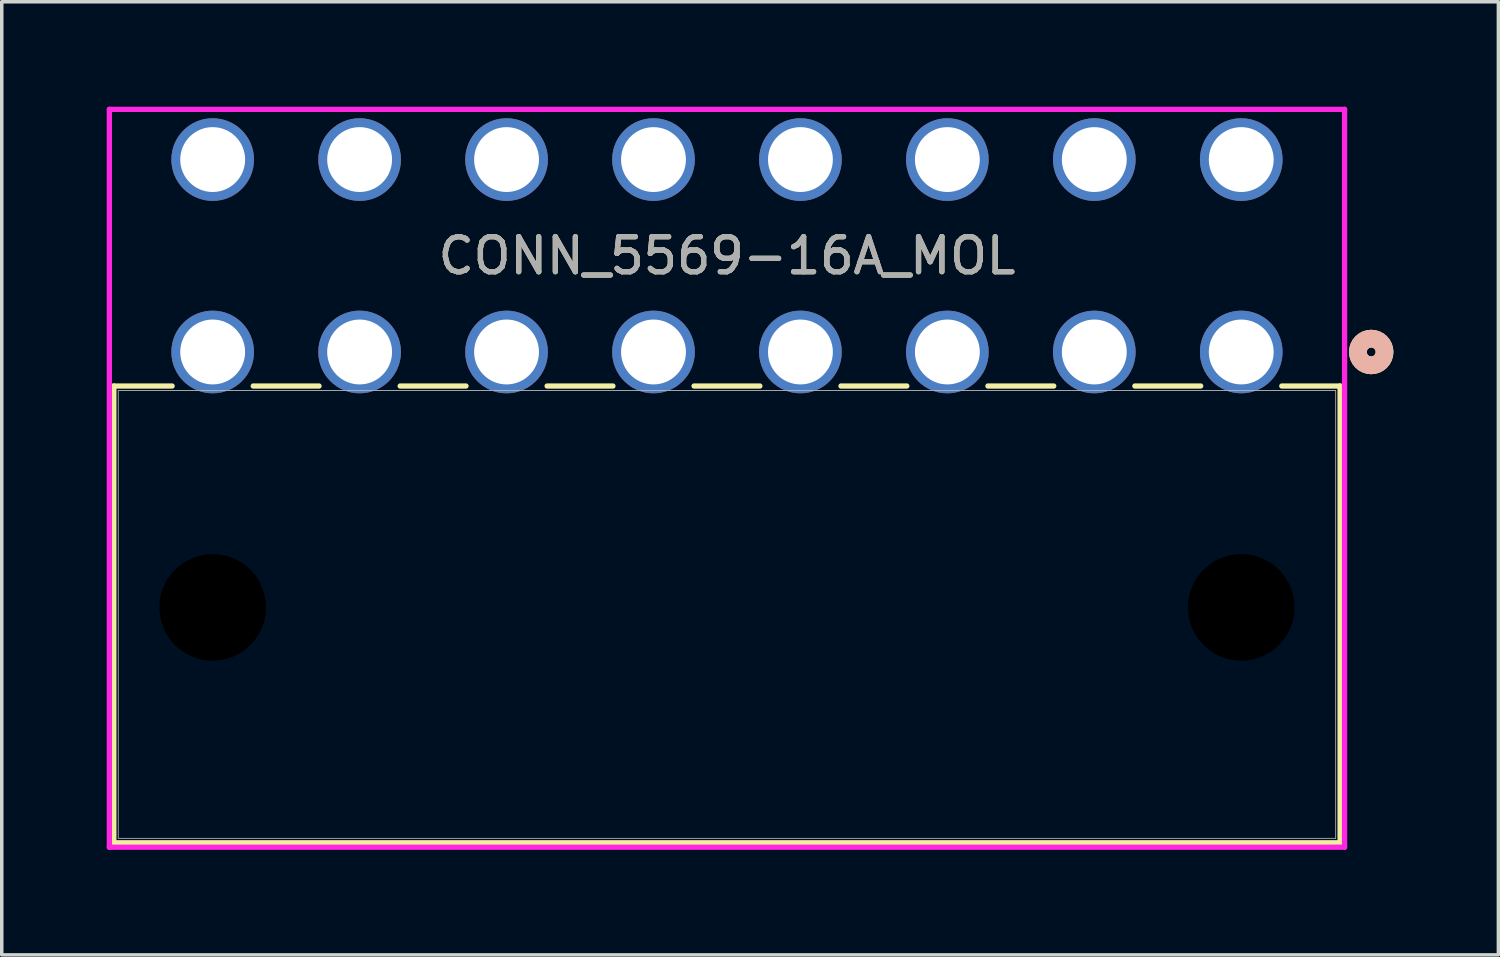
<source format=kicad_pcb>
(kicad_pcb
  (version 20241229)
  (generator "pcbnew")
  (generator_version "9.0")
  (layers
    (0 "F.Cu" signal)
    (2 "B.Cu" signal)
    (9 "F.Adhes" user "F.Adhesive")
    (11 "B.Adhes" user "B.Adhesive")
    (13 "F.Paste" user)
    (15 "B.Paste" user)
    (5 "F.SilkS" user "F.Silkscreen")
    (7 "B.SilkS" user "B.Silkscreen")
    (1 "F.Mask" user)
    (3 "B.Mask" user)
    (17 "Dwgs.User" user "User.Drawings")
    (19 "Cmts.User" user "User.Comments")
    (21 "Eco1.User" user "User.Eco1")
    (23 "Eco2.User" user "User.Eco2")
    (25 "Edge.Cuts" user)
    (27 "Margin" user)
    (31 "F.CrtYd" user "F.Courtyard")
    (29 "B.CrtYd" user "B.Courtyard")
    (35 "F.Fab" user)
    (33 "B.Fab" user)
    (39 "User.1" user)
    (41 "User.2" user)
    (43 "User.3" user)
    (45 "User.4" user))
  (footprint "CONN_5569-16A_MOL"
    (layer "F.Cu")
    (at 32.429 7.011)
    (property "Reference" "CONN_5569-16A_MOL" (at -14.7 -2.75 0) (unlocked yes) (layer "F.SilkS") (effects (font (size 1 1) (thickness 0.15))))
    (attr through_hole)
    (fp_line (start -32.226 0.973) (end -32.226 14.029) (stroke (width 0.152) (type solid)) (layer "F.SilkS"))
    (fp_line (start -32.226 14.029) (end 2.826 14.029) (stroke (width 0.152) (type solid)) (layer "F.SilkS"))
    (fp_line (start -30.56 0.973) (end -32.226 0.973) (stroke (width 0.152) (type solid)) (layer "F.SilkS"))
    (fp_line (start -26.36 0.973) (end -28.24 0.973) (stroke (width 0.152) (type solid)) (layer "F.SilkS"))
    (fp_line (start -22.16 0.973) (end -24.04 0.973) (stroke (width 0.152) (type solid)) (layer "F.SilkS"))
    (fp_line (start -17.96 0.973) (end -19.84 0.973) (stroke (width 0.152) (type solid)) (layer "F.SilkS"))
    (fp_line (start -13.76 0.973) (end -15.64 0.973) (stroke (width 0.152) (type solid)) (layer "F.SilkS"))
    (fp_line (start -9.56 0.973) (end -11.44 0.973) (stroke (width 0.152) (type solid)) (layer "F.SilkS"))
    (fp_line (start -5.36 0.973) (end -7.24 0.973) (stroke (width 0.152) (type solid)) (layer "F.SilkS"))
    (fp_line (start -1.16 0.973) (end -3.04 0.973) (stroke (width 0.152) (type solid)) (layer "F.SilkS"))
    (fp_line (start 2.826 0.973) (end 1.16 0.973) (stroke (width 0.152) (type solid)) (layer "F.SilkS"))
    (fp_line (start 2.826 14.029) (end 2.826 0.973) (stroke (width 0.152) (type solid)) (layer "F.SilkS"))
    (fp_circle (center 3.715 0) (end 4.096 0) (stroke (width 0.508) (type solid)) (fill no) (layer "F.SilkS"))
    (fp_circle (center 3.715 0) (end 4.096 0) (stroke (width 0.508) (type solid)) (fill no) (layer "B.SilkS"))
    (fp_line (start -32.353 -6.935) (end -32.353 14.156) (stroke (width 0.152) (type solid)) (layer "F.CrtYd"))
    (fp_line (start -32.353 14.156) (end 2.953 14.156) (stroke (width 0.152) (type solid)) (layer "F.CrtYd"))
    (fp_line (start 2.953 -6.935) (end -32.353 -6.935) (stroke (width 0.152) (type solid)) (layer "F.CrtYd"))
    (fp_line (start 2.953 14.156) (end 2.953 -6.935) (stroke (width 0.152) (type solid)) (layer "F.CrtYd"))
    (fp_line (start -32.099 1.1) (end -32.099 13.902) (stroke (width 0.025) (type solid)) (layer "F.Fab"))
    (fp_line (start -32.099 13.902) (end 2.699 13.902) (stroke (width 0.025) (type solid)) (layer "F.Fab"))
    (fp_line (start 2.699 1.1) (end -32.099 1.1) (stroke (width 0.025) (type solid)) (layer "F.Fab"))
    (fp_line (start 2.699 13.902) (end 2.699 1.1) (stroke (width 0.025) (type solid)) (layer "F.Fab"))
    (fp_circle (center 0 0) (end 0.381 0) (stroke (width 0.508) (type solid)) (fill no) (layer "F.Fab"))
    (fp_text user "${REFERENCE}" (at -14.7 -2.75 0) (unlocked yes) (layer "F.Fab") (effects (font (size 1 1) (thickness 0.15))))
    (pad "" np_thru_hole circle (at -29.4 7.3) (size 3.048 3.048) (drill 3.048) (layers))
    (pad "" np_thru_hole circle (at 0 7.3) (size 3.048 3.048) (drill 3.048) (layers))
    (pad "1" thru_hole circle (at 0 0) (size 2.362 2.362) (drill 1.854) (layers "*.Cu" "*.Mask"))
    (pad "2" thru_hole circle (at -4.2 0) (size 2.362 2.362) (drill 1.854) (layers "*.Cu" "*.Mask"))
    (pad "3" thru_hole circle (at -8.4 0) (size 2.362 2.362) (drill 1.854) (layers "*.Cu" "*.Mask"))
    (pad "4" thru_hole circle (at -12.6 0) (size 2.362 2.362) (drill 1.854) (layers "*.Cu" "*.Mask"))
    (pad "5" thru_hole circle (at -16.8 0) (size 2.362 2.362) (drill 1.854) (layers "*.Cu" "*.Mask"))
    (pad "6" thru_hole circle (at -21 0) (size 2.362 2.362) (drill 1.854) (layers "*.Cu" "*.Mask"))
    (pad "7" thru_hole circle (at -25.2 0) (size 2.362 2.362) (drill 1.854) (layers "*.Cu" "*.Mask"))
    (pad "8" thru_hole circle (at -29.4 0) (size 2.362 2.362) (drill 1.854) (layers "*.Cu" "*.Mask"))
    (pad "9" thru_hole circle (at 0 -5.5) (size 2.362 2.362) (drill 1.854) (layers "*.Cu" "*.Mask"))
    (pad "10" thru_hole circle (at -4.2 -5.5) (size 2.362 2.362) (drill 1.854) (layers "*.Cu" "*.Mask"))
    (pad "11" thru_hole circle (at -8.4 -5.5) (size 2.362 2.362) (drill 1.854) (layers "*.Cu" "*.Mask"))
    (pad "12" thru_hole circle (at -12.6 -5.5) (size 2.362 2.362) (drill 1.854) (layers "*.Cu" "*.Mask"))
    (pad "13" thru_hole circle (at -16.8 -5.5) (size 2.362 2.362) (drill 1.854) (layers "*.Cu" "*.Mask"))
    (pad "14" thru_hole circle (at -21 -5.5) (size 2.362 2.362) (drill 1.854) (layers "*.Cu" "*.Mask"))
    (pad "15" thru_hole circle (at -25.2 -5.5) (size 2.362 2.362) (drill 1.854) (layers "*.Cu" "*.Mask"))
    (pad "16" thru_hole circle (at -29.4 -5.5) (size 2.362 2.362) (drill 1.854) (layers "*.Cu" "*.Mask")))
  (gr_rect
    (start -3 -3)
    (end 39.779 24.243)
    (stroke (width 0.1) (type default))
    (fill no)
    (layer "Edge.Cuts")))
</source>
